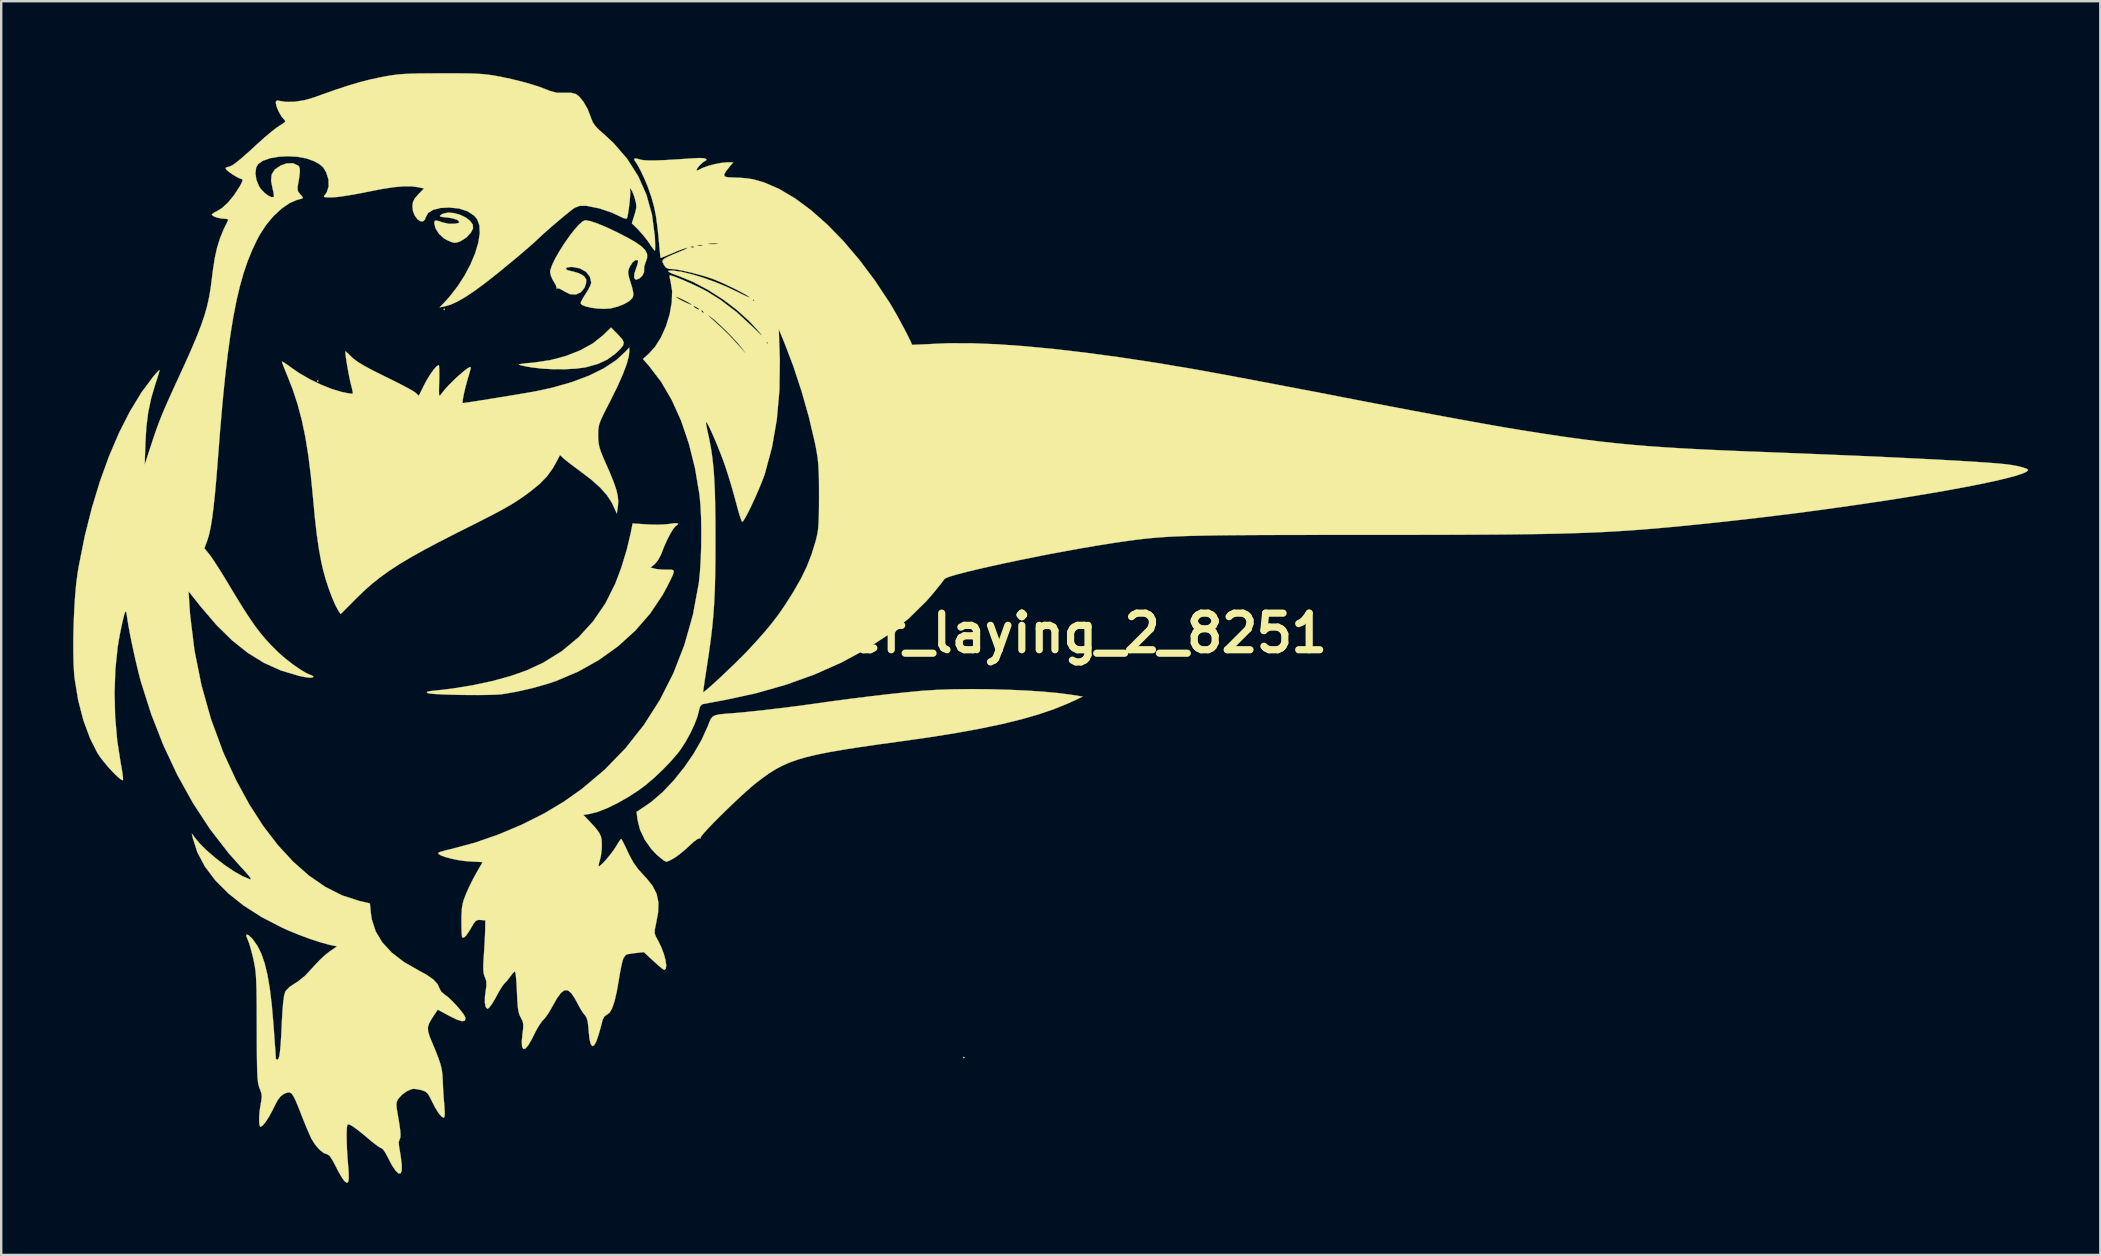
<source format=kicad_pcb>
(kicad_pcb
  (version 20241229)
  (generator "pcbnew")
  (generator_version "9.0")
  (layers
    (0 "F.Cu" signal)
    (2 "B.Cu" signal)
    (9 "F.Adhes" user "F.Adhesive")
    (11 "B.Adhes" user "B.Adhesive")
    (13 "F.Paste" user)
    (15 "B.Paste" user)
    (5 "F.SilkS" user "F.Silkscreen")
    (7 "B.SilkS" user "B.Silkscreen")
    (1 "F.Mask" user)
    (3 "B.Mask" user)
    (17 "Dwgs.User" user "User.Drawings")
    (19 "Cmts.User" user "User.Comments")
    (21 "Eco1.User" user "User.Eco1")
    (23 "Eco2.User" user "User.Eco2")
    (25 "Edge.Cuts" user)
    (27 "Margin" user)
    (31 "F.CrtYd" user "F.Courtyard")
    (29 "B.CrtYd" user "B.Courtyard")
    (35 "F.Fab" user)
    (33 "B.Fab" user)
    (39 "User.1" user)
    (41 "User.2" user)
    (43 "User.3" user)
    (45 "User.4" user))
  (footprint "otter_laying_2_8251"
    (layer "F.Cu")
    (at 7.166 23.336)
    (property "Reference" "otter_laying_2_8251" (at 33.6 0 0) (layer "F.SilkS") (effects (font (size 1.524 1.524) (thickness 0.3))))
    (attr through_hole)
    (fp_poly (pts (xy 2.993 -10.509) (xy 3.025 -10.477) (xy 3.057 -10.509) (xy 3.025 -10.541) (xy 2.993 -10.509)) (stroke (width 0.01) (type solid)) (fill yes) (layer "F.SilkS"))
    (fp_poly (pts (xy 8.264 -13.494) (xy 8.295 -13.462) (xy 8.327 -13.494) (xy 8.295 -13.525) (xy 8.264 -13.494)) (stroke (width 0.01) (type solid)) (fill yes) (layer "F.SilkS"))
    (fp_poly (pts (xy 29.917 17.685) (xy 29.949 17.716) (xy 29.98 17.685) (xy 29.949 17.653) (xy 29.917 17.685)) (stroke (width 0.01) (type solid)) (fill yes) (layer "F.SilkS"))
    (fp_poly (pts (xy 14.905 -12.406) (xy 14.485 -12.074) (xy 13.965 -11.787) (xy 13.368 -11.552) (xy 12.716 -11.379) (xy 12.031 -11.276) (xy 11.928 -11.267) (xy 11.684 -11.245) (xy 11.502 -11.221) (xy 11.408 -11.2) (xy 11.402 -11.192) (xy 11.475 -11.167) (xy 11.643 -11.13) (xy 11.873 -11.088) (xy 11.96 -11.074) (xy 12.386 -11.024) (xy 12.862 -10.999) (xy 13.347 -11) (xy 13.798 -11.026) (xy 14.173 -11.076) (xy 14.221 -11.086) (xy 14.698 -11.22) (xy 15.084 -11.398) (xy 15.411 -11.635) (xy 15.434 -11.655) (xy 15.642 -11.852) (xy 15.754 -11.998) (xy 15.776 -12.122) (xy 15.71 -12.252) (xy 15.561 -12.419) (xy 15.54 -12.44) (xy 15.247 -12.738) (xy 14.905 -12.406)) (stroke (width 0.01) (type solid)) (fill yes) (layer "F.SilkS"))
    (fp_poly (pts (xy 8.25 -17.484) (xy 8.169 -17.44) (xy 8.116 -17.39) (xy 8.137 -17.359) (xy 8.252 -17.338) (xy 8.415 -17.323) (xy 8.638 -17.289) (xy 8.811 -17.235) (xy 8.875 -17.196) (xy 8.924 -17.131) (xy 8.888 -17.093) (xy 8.746 -17.063) (xy 8.737 -17.062) (xy 8.485 -17.061) (xy 8.24 -17.115) (xy 8.042 -17.181) (xy 7.935 -17.199) (xy 7.891 -17.166) (xy 7.883 -17.08) (xy 7.883 -17.073) (xy 7.936 -16.863) (xy 8.077 -16.645) (xy 8.275 -16.46) (xy 8.416 -16.377) (xy 8.607 -16.296) (xy 8.735 -16.267) (xy 8.855 -16.289) (xy 8.994 -16.346) (xy 9.221 -16.491) (xy 9.406 -16.69) (xy 9.496 -16.865) (xy 9.485 -17.027) (xy 9.374 -17.183) (xy 9.19 -17.323) (xy 8.959 -17.434) (xy 8.707 -17.506) (xy 8.462 -17.527) (xy 8.25 -17.484)) (stroke (width 0.01) (type solid)) (fill yes) (layer "F.SilkS"))
    (fp_poly (pts (xy 17.836 -4.576) (xy 17.709 -4.556) (xy 17.492 -4.532) (xy 17.2 -4.522) (xy 16.883 -4.527) (xy 16.761 -4.533) (xy 16.147 -4.572) (xy 16.075 -4.207) (xy 15.902 -3.476) (xy 15.675 -2.73) (xy 15.424 -2.064) (xy 15.012 -1.24) (xy 14.5 -0.493) (xy 13.895 0.17) (xy 13.201 0.746) (xy 12.424 1.229) (xy 11.742 1.547) (xy 11.072 1.783) (xy 10.306 1.994) (xy 9.475 2.172) (xy 8.609 2.312) (xy 7.954 2.387) (xy 7.716 2.414) (xy 7.592 2.442) (xy 7.571 2.473) (xy 7.596 2.493) (xy 7.698 2.515) (xy 7.904 2.534) (xy 8.193 2.55) (xy 8.542 2.563) (xy 8.929 2.572) (xy 9.331 2.577) (xy 9.727 2.578) (xy 10.094 2.573) (xy 10.409 2.564) (xy 10.651 2.549) (xy 10.736 2.539) (xy 11.323 2.437) (xy 11.952 2.293) (xy 12.56 2.123) (xy 12.945 1.996) (xy 13.877 1.601) (xy 14.747 1.113) (xy 15.544 0.541) (xy 16.258 -0.107) (xy 16.878 -0.82) (xy 17.395 -1.591) (xy 17.577 -1.927) (xy 17.727 -2.226) (xy 17.822 -2.429) (xy 17.862 -2.554) (xy 17.846 -2.62) (xy 17.775 -2.645) (xy 17.649 -2.648) (xy 17.578 -2.646) (xy 17.348 -2.652) (xy 17.142 -2.673) (xy 17.071 -2.687) (xy 16.894 -2.734) (xy 17.072 -2.884) (xy 17.197 -3.033) (xy 17.317 -3.247) (xy 17.369 -3.374) (xy 17.476 -3.649) (xy 17.601 -3.922) (xy 17.729 -4.167) (xy 17.846 -4.356) (xy 17.937 -4.461) (xy 17.954 -4.47) (xy 18.034 -4.533) (xy 18.043 -4.561) (xy 17.986 -4.584) (xy 17.836 -4.576)) (stroke (width 0.01) (type solid)) (fill yes) (layer "F.SilkS"))
    (fp_poly (pts (xy 29.524 2.338) (xy 28.835 2.361) (xy 28.227 2.399) (xy 28.171 2.404) (xy 27.518 2.467) (xy 26.779 2.546) (xy 25.992 2.638) (xy 25.197 2.737) (xy 24.433 2.839) (xy 24.085 2.889) (xy 23.503 2.97) (xy 22.892 3.051) (xy 22.278 3.128) (xy 21.687 3.198) (xy 21.145 3.258) (xy 20.68 3.305) (xy 20.36 3.332) (xy 20.008 3.359) (xy 19.76 3.385) (xy 19.592 3.421) (xy 19.482 3.479) (xy 19.407 3.571) (xy 19.344 3.707) (xy 19.281 3.873) (xy 19.024 4.44) (xy 18.687 5.026) (xy 18.29 5.602) (xy 17.853 6.144) (xy 17.397 6.625) (xy 16.941 7.018) (xy 16.766 7.143) (xy 16.312 7.448) (xy 16.351 7.772) (xy 16.454 8.186) (xy 16.654 8.609) (xy 16.932 9.002) (xy 17.117 9.197) (xy 17.296 9.356) (xy 17.447 9.472) (xy 17.543 9.524) (xy 17.55 9.525) (xy 17.65 9.493) (xy 17.811 9.41) (xy 17.919 9.345) (xy 18.114 9.204) (xy 18.343 9.014) (xy 18.537 8.835) (xy 18.712 8.677) (xy 18.855 8.575) (xy 18.939 8.546) (xy 18.944 8.548) (xy 18.985 8.553) (xy 18.975 8.528) (xy 19.006 8.465) (xy 19.116 8.33) (xy 19.291 8.138) (xy 19.518 7.901) (xy 19.783 7.635) (xy 20.07 7.353) (xy 20.366 7.068) (xy 20.657 6.796) (xy 20.929 6.55) (xy 21.167 6.343) (xy 21.291 6.242) (xy 21.571 6.027) (xy 21.839 5.837) (xy 22.106 5.671) (xy 22.384 5.523) (xy 22.684 5.391) (xy 23.017 5.272) (xy 23.395 5.163) (xy 23.83 5.059) (xy 24.333 4.958) (xy 24.916 4.857) (xy 25.589 4.752) (xy 26.366 4.639) (xy 27.256 4.517) (xy 27.314 4.509) (xy 28.538 4.334) (xy 29.644 4.157) (xy 30.64 3.975) (xy 31.535 3.788) (xy 32.336 3.592) (xy 33.053 3.387) (xy 33.694 3.169) (xy 34.267 2.938) (xy 34.457 2.852) (xy 34.902 2.643) (xy 34.413 2.565) (xy 33.888 2.496) (xy 33.262 2.438) (xy 32.561 2.391) (xy 31.81 2.358) (xy 31.037 2.337) (xy 30.266 2.33) (xy 29.524 2.338)) (stroke (width 0.01) (type solid)) (fill yes) (layer "F.SilkS"))
    (fp_poly (pts (xy 14.055 -17.155) (xy 13.895 -17.01) (xy 13.705 -16.793) (xy 13.499 -16.525) (xy 13.291 -16.226) (xy 13.096 -15.918) (xy 12.926 -15.621) (xy 12.797 -15.356) (xy 12.722 -15.143) (xy 12.709 -15.049) (xy 12.744 -14.886) (xy 12.832 -14.697) (xy 12.862 -14.651) (xy 12.947 -14.503) (xy 12.979 -14.398) (xy 12.973 -14.378) (xy 12.974 -14.358) (xy 13.001 -14.37) (xy 13.091 -14.361) (xy 13.232 -14.289) (xy 13.283 -14.254) (xy 13.539 -14.126) (xy 13.783 -14.113) (xy 13.992 -14.208) (xy 14.146 -14.401) (xy 14.206 -14.583) (xy 14.213 -14.74) (xy 14.138 -14.857) (xy 14.081 -14.906) (xy 13.913 -14.996) (xy 13.695 -15.065) (xy 13.626 -15.078) (xy 13.433 -15.128) (xy 13.361 -15.187) (xy 13.409 -15.237) (xy 13.572 -15.261) (xy 13.651 -15.26) (xy 13.959 -15.199) (xy 14.203 -15.059) (xy 14.365 -14.856) (xy 14.423 -14.608) (xy 14.389 -14.495) (xy 14.301 -14.321) (xy 14.201 -14.161) (xy 14.084 -13.974) (xy 14.003 -13.823) (xy 13.979 -13.748) (xy 14.037 -13.679) (xy 14.192 -13.616) (xy 14.415 -13.564) (xy 14.673 -13.529) (xy 14.939 -13.515) (xy 15.181 -13.528) (xy 15.231 -13.535) (xy 15.525 -13.609) (xy 15.798 -13.718) (xy 16.014 -13.844) (xy 16.139 -13.972) (xy 16.14 -13.975) (xy 16.174 -14.072) (xy 16.172 -14.196) (xy 16.131 -14.381) (xy 16.07 -14.585) (xy 15.998 -14.825) (xy 15.963 -14.982) (xy 15.964 -15.095) (xy 15.998 -15.202) (xy 16.031 -15.274) (xy 16.139 -15.446) (xy 16.256 -15.544) (xy 16.355 -15.548) (xy 16.37 -15.536) (xy 16.372 -15.46) (xy 16.331 -15.313) (xy 16.304 -15.241) (xy 16.221 -14.985) (xy 16.209 -14.814) (xy 16.268 -14.736) (xy 16.296 -14.732) (xy 16.433 -14.783) (xy 16.556 -14.905) (xy 16.624 -15.051) (xy 16.624 -15.126) (xy 16.628 -15.267) (xy 16.682 -15.444) (xy 16.69 -15.462) (xy 16.751 -15.637) (xy 16.751 -15.797) (xy 16.68 -15.95) (xy 16.528 -16.108) (xy 16.286 -16.281) (xy 15.943 -16.478) (xy 15.519 -16.697) (xy 15.069 -16.91) (xy 14.688 -17.07) (xy 14.387 -17.171) (xy 14.181 -17.208) (xy 14.172 -17.209) (xy 14.055 -17.155)) (stroke (width 0.01) (type solid)) (fill yes) (layer "F.SilkS"))
    (fp_poly (pts (xy 15.865 -11.748) (xy 15.465 -11.378) (xy 14.949 -11.038) (xy 14.326 -10.73) (xy 13.605 -10.459) (xy 12.796 -10.229) (xy 12.169 -10.092) (xy 11.979 -10.057) (xy 11.707 -10.01) (xy 11.373 -9.953) (xy 11 -9.891) (xy 10.608 -9.827) (xy 10.218 -9.764) (xy 9.853 -9.705) (xy 9.534 -9.655) (xy 9.281 -9.617) (xy 9.117 -9.594) (xy 9.066 -9.588) (xy 9.059 -9.645) (xy 9.08 -9.795) (xy 9.123 -10.011) (xy 9.183 -10.264) (xy 9.253 -10.525) (xy 9.279 -10.614) (xy 9.343 -10.831) (xy 9.388 -10.997) (xy 9.406 -11.077) (xy 9.406 -11.078) (xy 9.366 -11.09) (xy 9.256 -11.027) (xy 9.097 -10.904) (xy 8.905 -10.74) (xy 8.7 -10.55) (xy 8.5 -10.351) (xy 8.324 -10.16) (xy 8.191 -9.993) (xy 8.174 -9.97) (xy 8.127 -9.906) (xy 8.097 -9.893) (xy 8.081 -9.948) (xy 8.077 -10.087) (xy 8.081 -10.328) (xy 8.086 -10.494) (xy 8.09 -10.771) (xy 8.088 -10.994) (xy 8.08 -11.137) (xy 8.069 -11.176) (xy 7.98 -11.123) (xy 7.852 -10.979) (xy 7.704 -10.77) (xy 7.552 -10.518) (xy 7.469 -10.361) (xy 7.236 -9.894) (xy 7.099 -10.022) (xy 7 -10.089) (xy 6.807 -10.199) (xy 6.539 -10.341) (xy 6.218 -10.505) (xy 5.863 -10.68) (xy 5.836 -10.693) (xy 5.361 -10.928) (xy 4.993 -11.124) (xy 4.719 -11.288) (xy 4.527 -11.427) (xy 4.455 -11.492) (xy 4.313 -11.631) (xy 4.212 -11.723) (xy 4.179 -11.748) (xy 4.175 -11.69) (xy 4.192 -11.537) (xy 4.224 -11.319) (xy 4.267 -11.063) (xy 4.315 -10.799) (xy 4.364 -10.557) (xy 4.409 -10.364) (xy 4.421 -10.321) (xy 4.467 -10.138) (xy 4.488 -10.012) (xy 4.485 -9.98) (xy 4.415 -9.981) (xy 4.255 -10.006) (xy 4.037 -10.05) (xy 4.008 -10.056) (xy 3.606 -10.177) (xy 3.15 -10.361) (xy 2.683 -10.589) (xy 2.248 -10.841) (xy 1.951 -11.045) (xy 1.76 -11.184) (xy 1.615 -11.28) (xy 1.539 -11.318) (xy 1.532 -11.314) (xy 1.556 -11.238) (xy 1.618 -11.075) (xy 1.707 -10.854) (xy 1.75 -10.751) (xy 1.985 -10.152) (xy 2.186 -9.539) (xy 2.358 -8.892) (xy 2.505 -8.193) (xy 2.63 -7.423) (xy 2.738 -6.565) (xy 2.833 -5.6) (xy 2.837 -5.556) (xy 2.911 -4.767) (xy 2.989 -4.088) (xy 3.074 -3.502) (xy 3.168 -2.99) (xy 3.25 -2.63) (xy 3.352 -2.261) (xy 3.477 -1.877) (xy 3.612 -1.512) (xy 3.744 -1.202) (xy 3.859 -0.981) (xy 3.86 -0.98) (xy 3.977 -0.794) (xy 4.644 -1.463) (xy 4.961 -1.769) (xy 5.283 -2.054) (xy 5.625 -2.327) (xy 5.998 -2.596) (xy 6.415 -2.869) (xy 6.891 -3.154) (xy 7.438 -3.46) (xy 8.068 -3.795) (xy 8.795 -4.167) (xy 9.216 -4.378) (xy 9.765 -4.654) (xy 10.216 -4.884) (xy 10.588 -5.08) (xy 10.898 -5.252) (xy 11.163 -5.408) (xy 11.4 -5.56) (xy 11.628 -5.717) (xy 11.864 -5.889) (xy 11.867 -5.891) (xy 12.27 -6.218) (xy 12.581 -6.538) (xy 12.827 -6.882) (xy 12.941 -7.084) (xy 13.12 -7.424) (xy 13.279 -7.276) (xy 13.401 -7.174) (xy 13.594 -7.024) (xy 13.825 -6.851) (xy 13.947 -6.762) (xy 14.424 -6.398) (xy 14.795 -6.067) (xy 15.073 -5.756) (xy 15.27 -5.454) (xy 15.313 -5.366) (xy 15.49 -4.985) (xy 15.532 -5.271) (xy 15.548 -5.485) (xy 15.528 -5.714) (xy 15.467 -5.977) (xy 15.358 -6.296) (xy 15.197 -6.693) (xy 15.077 -6.966) (xy 14.929 -7.301) (xy 14.828 -7.551) (xy 14.764 -7.746) (xy 14.729 -7.915) (xy 14.714 -8.089) (xy 14.711 -8.238) (xy 14.712 -8.406) (xy 14.722 -8.547) (xy 14.75 -8.682) (xy 14.802 -8.836) (xy 14.888 -9.031) (xy 15.015 -9.289) (xy 15.192 -9.633) (xy 15.226 -9.698) (xy 15.514 -10.281) (xy 15.739 -10.788) (xy 15.898 -11.211) (xy 15.988 -11.545) (xy 16.008 -11.738) (xy 16.006 -11.906) (xy 15.865 -11.748)) (stroke (width 0.01) (type solid)) (fill yes) (layer "F.SilkS"))
    (fp_poly (pts (xy 8.168 -23.33) (xy 7.64 -23.328) (xy 7.216 -23.323) (xy 6.875 -23.315) (xy 6.595 -23.301) (xy 6.352 -23.281) (xy 6.125 -23.252) (xy 5.891 -23.213) (xy 5.629 -23.164) (xy 5.621 -23.162) (xy 5.214 -23.074) (xy 4.795 -22.967) (xy 4.342 -22.834) (xy 3.833 -22.668) (xy 3.243 -22.461) (xy 2.869 -22.325) (xy 2.47 -22.21) (xy 2.065 -22.146) (xy 1.696 -22.14) (xy 1.453 -22.179) (xy 1.328 -22.2) (xy 1.283 -22.155) (xy 1.278 -22.097) (xy 1.314 -21.934) (xy 1.402 -21.727) (xy 1.516 -21.531) (xy 1.625 -21.402) (xy 1.672 -21.345) (xy 1.648 -21.289) (xy 1.536 -21.209) (xy 1.439 -21.152) (xy 1.285 -21.046) (xy 1.066 -20.874) (xy 0.81 -20.659) (xy 0.545 -20.422) (xy 0.501 -20.381) (xy 0.133 -20.043) (xy -0.157 -19.788) (xy -0.379 -19.608) (xy -0.543 -19.494) (xy -0.661 -19.439) (xy -0.712 -19.431) (xy -0.803 -19.399) (xy -0.817 -19.366) (xy -0.767 -19.298) (xy -0.64 -19.197) (xy -0.474 -19.085) (xy -0.307 -18.989) (xy -0.174 -18.93) (xy -0.135 -18.923) (xy -0.105 -18.883) (xy -0.151 -18.756) (xy -0.223 -18.621) (xy -0.46 -18.256) (xy -0.714 -17.947) (xy -0.963 -17.716) (xy -1.135 -17.609) (xy -1.288 -17.529) (xy -1.378 -17.462) (xy -1.387 -17.445) (xy -1.333 -17.384) (xy -1.194 -17.325) (xy -1.014 -17.284) (xy -0.871 -17.272) (xy -0.745 -17.259) (xy -0.703 -17.226) (xy -0.704 -17.224) (xy -0.899 -16.821) (xy -1.051 -16.447) (xy -1.169 -16.067) (xy -1.262 -15.649) (xy -1.339 -15.161) (xy -1.389 -14.764) (xy -1.44 -14.363) (xy -1.504 -13.989) (xy -1.586 -13.624) (xy -1.692 -13.25) (xy -1.828 -12.849) (xy -1.999 -12.404) (xy -2.212 -11.897) (xy -2.472 -11.31) (xy -2.737 -10.732) (xy -2.982 -10.2) (xy -3.181 -9.761) (xy -3.344 -9.391) (xy -3.48 -9.067) (xy -3.598 -8.767) (xy -3.708 -8.468) (xy -3.818 -8.147) (xy -3.938 -7.782) (xy -3.939 -7.779) (xy -4.187 -7.017) (xy -4.157 -7.906) (xy -4.117 -8.594) (xy -4.04 -9.204) (xy -3.92 -9.778) (xy -3.749 -10.361) (xy -3.739 -10.389) (xy -3.66 -10.634) (xy -3.601 -10.828) (xy -3.571 -10.945) (xy -3.57 -10.965) (xy -3.616 -10.93) (xy -3.717 -10.822) (xy -3.822 -10.701) (xy -4.323 -10.029) (xy -4.801 -9.243) (xy -5.252 -8.356) (xy -5.67 -7.38) (xy -6.052 -6.327) (xy -6.391 -5.209) (xy -6.685 -4.038) (xy -6.927 -2.827) (xy -6.983 -2.499) (xy -7.038 -2.078) (xy -7.084 -1.57) (xy -7.12 -1.001) (xy -7.146 -0.403) (xy -7.16 0.198) (xy -7.161 0.771) (xy -7.15 1.29) (xy -7.124 1.724) (xy -7.107 1.888) (xy -6.959 2.789) (xy -6.742 3.628) (xy -6.462 4.385) (xy -6.162 4.982) (xy -6.039 5.167) (xy -5.877 5.377) (xy -5.695 5.592) (xy -5.509 5.793) (xy -5.337 5.963) (xy -5.199 6.081) (xy -5.11 6.129) (xy -5.089 6.118) (xy -5.091 6.028) (xy -5.113 5.843) (xy -5.153 5.593) (xy -5.191 5.387) (xy -5.334 4.451) (xy -5.418 3.469) (xy -5.443 2.474) (xy -5.408 1.502) (xy -5.314 0.588) (xy -5.237 0.127) (xy -5.173 -0.19) (xy -5.112 -0.474) (xy -5.06 -0.695) (xy -5.024 -0.822) (xy -5.023 -0.826) (xy -4.986 -0.902) (xy -4.961 -0.894) (xy -4.936 -0.785) (xy -4.915 -0.635) (xy -4.869 -0.344) (xy -4.799 0.037) (xy -4.71 0.473) (xy -4.611 0.931) (xy -4.508 1.377) (xy -4.409 1.778) (xy -4.343 2.026) (xy -3.917 3.367) (xy -3.409 4.666) (xy -2.825 5.909) (xy -2.173 7.081) (xy -1.461 8.169) (xy -0.695 9.159) (xy -0.207 9.708) (xy 0.026 9.961) (xy 0.172 10.132) (xy 0.236 10.23) (xy 0.223 10.261) (xy 0.197 10.256) (xy -0.109 10.127) (xy -0.47 9.922) (xy -0.858 9.66) (xy -1.246 9.362) (xy -1.607 9.05) (xy -1.913 8.743) (xy -2.08 8.541) (xy -2.223 8.35) (xy -2.185 8.527) (xy -1.991 9.134) (xy -1.676 9.725) (xy -1.246 10.296) (xy -0.705 10.84) (xy -0.059 11.354) (xy 0.686 11.83) (xy 1.526 12.265) (xy 1.773 12.377) (xy 2.216 12.56) (xy 2.672 12.73) (xy 3.103 12.873) (xy 3.474 12.976) (xy 3.588 13.001) (xy 3.833 13.051) (xy 3.509 13.272) (xy 3.316 13.426) (xy 3.086 13.642) (xy 2.862 13.88) (xy 2.799 13.952) (xy 2.489 14.282) (xy 2.194 14.521) (xy 2.085 14.587) (xy 1.847 14.744) (xy 1.69 14.91) (xy 1.666 14.953) (xy 1.622 15.112) (xy 1.584 15.395) (xy 1.551 15.804) (xy 1.525 16.286) (xy 1.502 16.779) (xy 1.478 17.158) (xy 1.452 17.435) (xy 1.424 17.622) (xy 1.39 17.732) (xy 1.35 17.777) (xy 1.335 17.78) (xy 1.28 17.732) (xy 1.278 17.717) (xy 1.274 17.638) (xy 1.262 17.451) (xy 1.242 17.177) (xy 1.218 16.835) (xy 1.19 16.444) (xy 1.179 16.304) (xy 1.111 15.506) (xy 1.029 14.824) (xy 0.931 14.246) (xy 0.814 13.762) (xy 0.676 13.361) (xy 0.513 13.033) (xy 0.324 12.766) (xy 0.281 12.716) (xy 0.141 12.586) (xy 0.06 12.556) (xy 0.048 12.623) (xy 0.108 12.771) (xy 0.162 12.911) (xy 0.231 13.139) (xy 0.304 13.415) (xy 0.341 13.573) (xy 0.378 13.746) (xy 0.408 13.913) (xy 0.432 14.087) (xy 0.45 14.287) (xy 0.463 14.527) (xy 0.472 14.823) (xy 0.478 15.193) (xy 0.482 15.651) (xy 0.484 16.215) (xy 0.485 16.447) (xy 0.486 17.049) (xy 0.489 17.538) (xy 0.494 17.928) (xy 0.501 18.232) (xy 0.512 18.465) (xy 0.526 18.64) (xy 0.545 18.77) (xy 0.569 18.871) (xy 0.598 18.955) (xy 0.606 18.974) (xy 0.673 19.156) (xy 0.692 19.316) (xy 0.668 19.516) (xy 0.652 19.603) (xy 0.609 19.868) (xy 0.587 20.126) (xy 0.583 20.35) (xy 0.6 20.509) (xy 0.637 20.574) (xy 0.64 20.574) (xy 0.729 20.519) (xy 0.853 20.368) (xy 0.999 20.141) (xy 1.152 19.859) (xy 1.215 19.728) (xy 1.346 19.476) (xy 1.465 19.314) (xy 1.595 19.213) (xy 1.636 19.192) (xy 1.753 19.144) (xy 1.847 19.136) (xy 1.93 19.181) (xy 2.014 19.295) (xy 2.11 19.491) (xy 2.231 19.784) (xy 2.322 20.018) (xy 2.449 20.339) (xy 2.576 20.648) (xy 2.689 20.908) (xy 2.766 21.074) (xy 2.915 21.313) (xy 3.092 21.517) (xy 3.27 21.661) (xy 3.423 21.717) (xy 3.426 21.717) (xy 3.516 21.777) (xy 3.638 21.957) (xy 3.777 22.221) (xy 3.902 22.463) (xy 4.022 22.67) (xy 4.117 22.807) (xy 4.141 22.832) (xy 4.232 22.905) (xy 4.277 22.888) (xy 4.302 22.832) (xy 4.317 22.717) (xy 4.316 22.518) (xy 4.3 22.278) (xy 4.299 22.268) (xy 4.266 21.877) (xy 4.243 21.496) (xy 4.231 21.146) (xy 4.229 20.848) (xy 4.238 20.623) (xy 4.259 20.494) (xy 4.272 20.473) (xy 4.34 20.475) (xy 4.464 20.539) (xy 4.652 20.672) (xy 4.914 20.88) (xy 5.211 21.13) (xy 5.404 21.285) (xy 5.566 21.402) (xy 5.669 21.46) (xy 5.683 21.463) (xy 5.75 21.516) (xy 5.845 21.655) (xy 5.943 21.838) (xy 6.116 22.17) (xy 6.265 22.394) (xy 6.385 22.511) (xy 6.472 22.516) (xy 6.521 22.41) (xy 6.527 22.189) (xy 6.517 22.075) (xy 6.484 21.815) (xy 6.444 21.562) (xy 6.42 21.433) (xy 6.398 21.214) (xy 6.434 21.099) (xy 6.466 21.027) (xy 6.475 20.901) (xy 6.46 20.704) (xy 6.42 20.419) (xy 6.353 20.027) (xy 6.353 20.025) (xy 6.313 19.782) (xy 6.302 19.624) (xy 6.322 19.514) (xy 6.375 19.414) (xy 6.382 19.403) (xy 6.533 19.235) (xy 6.733 19.091) (xy 6.933 19.002) (xy 7.025 18.987) (xy 7.172 19.004) (xy 7.36 19.045) (xy 7.377 19.05) (xy 7.512 19.103) (xy 7.614 19.194) (xy 7.711 19.356) (xy 7.771 19.482) (xy 7.92 19.775) (xy 8.064 20.003) (xy 8.191 20.149) (xy 8.278 20.193) (xy 8.31 20.142) (xy 8.318 19.984) (xy 8.302 19.711) (xy 8.296 19.637) (xy 8.27 19.311) (xy 8.248 18.965) (xy 8.235 18.668) (xy 8.234 18.637) (xy 8.221 18.401) (xy 8.194 18.189) (xy 8.142 17.972) (xy 8.059 17.721) (xy 7.937 17.407) (xy 7.81 17.104) (xy 7.69 16.811) (xy 7.625 16.597) (xy 7.615 16.428) (xy 7.662 16.266) (xy 7.768 16.078) (xy 7.856 15.942) (xy 8.025 15.687) (xy 8.512 15.951) (xy 8.82 16.102) (xy 9.033 16.169) (xy 9.154 16.152) (xy 9.181 16.052) (xy 9.173 16.01) (xy 9.108 15.889) (xy 8.976 15.714) (xy 8.803 15.513) (xy 8.616 15.317) (xy 8.443 15.155) (xy 8.309 15.057) (xy 8.309 15.057) (xy 8.176 14.945) (xy 8.111 14.829) (xy 8.019 14.625) (xy 7.841 14.432) (xy 7.563 14.237) (xy 7.257 14.07) (xy 6.623 13.707) (xy 6.111 13.314) (xy 5.717 12.889) (xy 5.44 12.429) (xy 5.277 11.929) (xy 5.236 11.654) (xy 5.199 11.262) (xy 4.748 11.156) (xy 4.038 10.926) (xy 3.341 10.574) (xy 2.659 10.104) (xy 1.997 9.521) (xy 1.36 8.829) (xy 0.75 8.033) (xy 0.173 7.137) (xy -0.368 6.147) (xy -0.869 5.066) (xy -0.931 4.919) (xy -1.426 3.575) (xy -1.821 2.169) (xy -2.111 0.725) (xy -2.291 -0.734) (xy -2.319 -1.111) (xy -2.359 -1.746) (xy -1.847 -1.102) (xy -1.197 -0.342) (xy -0.547 0.297) (xy 0.112 0.822) (xy 0.791 1.24) (xy 1.498 1.557) (xy 2.244 1.779) (xy 2.511 1.834) (xy 2.692 1.855) (xy 2.811 1.845) (xy 2.849 1.812) (xy 2.786 1.765) (xy 2.724 1.742) (xy 2.528 1.653) (xy 2.269 1.496) (xy 1.976 1.291) (xy 1.678 1.06) (xy 1.404 0.821) (xy 1.336 0.757) (xy 1.079 0.499) (xy 0.846 0.246) (xy 0.624 -0.02) (xy 0.4 -0.316) (xy 0.164 -0.659) (xy -0.099 -1.065) (xy -0.399 -1.552) (xy -0.688 -2.032) (xy -0.893 -2.371) (xy -1.092 -2.69) (xy -1.271 -2.967) (xy -1.412 -3.177) (xy -1.487 -3.277) (xy -1.7 -3.539) (xy -1.583 -3.849) (xy -1.512 -4.075) (xy -1.445 -4.372) (xy -1.382 -4.75) (xy -1.321 -5.217) (xy -1.261 -5.784) (xy -1.2 -6.458) (xy -1.137 -7.25) (xy -1.136 -7.271) (xy -1.038 -8.524) (xy -0.939 -9.659) (xy -0.836 -10.685) (xy -0.728 -11.609) (xy -0.614 -12.441) (xy -0.492 -13.189) (xy -0.361 -13.861) (xy -0.218 -14.468) (xy -0.062 -15.016) (xy 0.108 -15.515) (xy 0.295 -15.973) (xy 0.499 -16.4) (xy 0.62 -16.624) (xy 0.88 -17.022) (xy 1.186 -17.385) (xy 1.517 -17.692) (xy 1.852 -17.923) (xy 2.167 -18.06) (xy 2.23 -18.075) (xy 2.374 -18.11) (xy 2.407 -18.155) (xy 2.338 -18.244) (xy 2.287 -18.295) (xy 2.198 -18.419) (xy 2.183 -18.567) (xy 2.196 -18.66) (xy 2.253 -18.989) (xy 2.279 -19.217) (xy 2.275 -19.364) (xy 2.242 -19.453) (xy 2.216 -19.481) (xy 1.996 -19.584) (xy 1.728 -19.577) (xy 1.469 -19.482) (xy 1.234 -19.32) (xy 1.106 -19.119) (xy 1.079 -18.861) (xy 1.137 -18.559) (xy 1.183 -18.366) (xy 1.199 -18.225) (xy 1.19 -18.178) (xy 1.1 -18.168) (xy 0.96 -18.235) (xy 0.802 -18.355) (xy 0.657 -18.507) (xy 0.579 -18.621) (xy 0.469 -18.891) (xy 0.428 -19.164) (xy 0.459 -19.403) (xy 0.535 -19.543) (xy 0.738 -19.687) (xy 1.033 -19.791) (xy 1.392 -19.854) (xy 1.784 -19.875) (xy 2.182 -19.852) (xy 2.556 -19.783) (xy 2.877 -19.667) (xy 3.103 -19.541) (xy 3.25 -19.411) (xy 3.36 -19.237) (xy 3.377 -19.202) (xy 3.472 -18.905) (xy 3.479 -18.614) (xy 3.399 -18.367) (xy 3.338 -18.283) (xy 3.284 -18.216) (xy 3.29 -18.18) (xy 3.376 -18.164) (xy 3.565 -18.161) (xy 3.617 -18.161) (xy 3.813 -18.174) (xy 4.101 -18.212) (xy 4.452 -18.268) (xy 4.833 -18.338) (xy 5.071 -18.386) (xy 5.68 -18.506) (xy 6.185 -18.584) (xy 6.6 -18.622) (xy 6.941 -18.62) (xy 7.208 -18.585) (xy 7.455 -18.533) (xy 7.216 -18.289) (xy 7.063 -18.11) (xy 6.99 -17.95) (xy 6.971 -17.788) (xy 6.996 -17.579) (xy 7.072 -17.396) (xy 7.178 -17.254) (xy 7.296 -17.169) (xy 7.407 -17.158) (xy 7.492 -17.236) (xy 7.521 -17.323) (xy 7.621 -17.509) (xy 7.83 -17.641) (xy 8.144 -17.719) (xy 8.492 -17.739) (xy 8.913 -17.697) (xy 9.272 -17.58) (xy 9.547 -17.396) (xy 9.671 -17.247) (xy 9.764 -16.989) (xy 9.777 -16.656) (xy 9.714 -16.264) (xy 9.584 -15.831) (xy 9.392 -15.372) (xy 9.145 -14.905) (xy 8.849 -14.447) (xy 8.511 -14.014) (xy 8.337 -13.82) (xy 8.105 -13.576) (xy 8.327 -13.622) (xy 8.568 -13.693) (xy 8.845 -13.819) (xy 9.168 -14.004) (xy 9.544 -14.254) (xy 9.981 -14.575) (xy 10.487 -14.972) (xy 11.071 -15.451) (xy 11.375 -15.705) (xy 11.616 -15.91) (xy 11.829 -16.093) (xy 11.991 -16.234) (xy 12.078 -16.314) (xy 12.079 -16.315) (xy 12.25 -16.477) (xy 12.475 -16.681) (xy 12.732 -16.908) (xy 13.001 -17.139) (xy 13.259 -17.356) (xy 13.484 -17.54) (xy 13.656 -17.674) (xy 13.743 -17.733) (xy 13.956 -17.81) (xy 14.207 -17.811) (xy 14.232 -17.808) (xy 14.771 -17.699) (xy 15.284 -17.525) (xy 15.554 -17.398) (xy 15.771 -17.295) (xy 15.89 -17.272) (xy 15.914 -17.292) (xy 15.95 -17.449) (xy 15.985 -17.67) (xy 16.016 -17.919) (xy 16.038 -18.158) (xy 16.049 -18.354) (xy 16.044 -18.47) (xy 16.039 -18.483) (xy 16.027 -18.532) (xy 16.063 -18.517) (xy 16.12 -18.435) (xy 16.189 -18.271) (xy 16.236 -18.128) (xy 16.29 -17.918) (xy 16.303 -17.761) (xy 16.273 -17.594) (xy 16.225 -17.432) (xy 16.114 -17.08) (xy 16.379 -16.818) (xy 16.573 -16.603) (xy 16.766 -16.358) (xy 16.842 -16.247) (xy 16.954 -16.081) (xy 17.04 -15.969) (xy 17.074 -15.938) (xy 17.085 -15.997) (xy 17.087 -16.156) (xy 17.079 -16.386) (xy 17.069 -16.558) (xy 16.953 -17.443) (xy 16.721 -18.275) (xy 16.376 -19.051) (xy 15.919 -19.769) (xy 15.351 -20.425) (xy 14.98 -20.769) (xy 14.748 -20.974) (xy 14.594 -21.134) (xy 14.494 -21.279) (xy 14.423 -21.441) (xy 14.395 -21.527) (xy 14.265 -21.854) (xy 14.099 -22.144) (xy 13.918 -22.365) (xy 13.785 -22.466) (xy 13.591 -22.518) (xy 13.315 -22.52) (xy 13.291 -22.518) (xy 12.989 -22.519) (xy 12.713 -22.593) (xy 12.656 -22.617) (xy 12.229 -22.779) (xy 11.707 -22.939) (xy 11.122 -23.087) (xy 10.613 -23.195) (xy 10.375 -23.238) (xy 10.152 -23.271) (xy 9.925 -23.296) (xy 9.67 -23.313) (xy 9.367 -23.324) (xy 8.994 -23.329) (xy 8.529 -23.331) (xy 8.168 -23.33)) (stroke (width 0.01) (type solid)) (fill yes) (layer "F.SilkS"))
    (fp_poly (pts (xy 18.628 -19.787) (xy 18.621 -19.787) (xy 18.014 -19.745) (xy 17.521 -19.716) (xy 17.133 -19.7) (xy 16.837 -19.698) (xy 16.623 -19.709) (xy 16.48 -19.732) (xy 16.449 -19.741) (xy 16.277 -19.785) (xy 16.206 -19.764) (xy 16.242 -19.68) (xy 16.249 -19.671) (xy 16.354 -19.512) (xy 16.485 -19.267) (xy 16.624 -18.972) (xy 16.756 -18.661) (xy 16.794 -18.561) (xy 16.934 -18.159) (xy 17.04 -17.777) (xy 17.121 -17.374) (xy 17.184 -16.913) (xy 17.225 -16.51) (xy 17.253 -16.196) (xy 17.279 -15.931) (xy 17.298 -15.739) (xy 17.309 -15.644) (xy 17.311 -15.638) (xy 17.369 -15.655) (xy 17.516 -15.713) (xy 17.725 -15.801) (xy 17.824 -15.844) (xy 18.064 -15.944) (xy 18.267 -16.02) (xy 18.399 -16.059) (xy 18.424 -16.063) (xy 18.416 -16.041) (xy 18.311 -15.986) (xy 18.13 -15.907) (xy 18.074 -15.885) (xy 17.837 -15.786) (xy 17.63 -15.693) (xy 17.497 -15.624) (xy 17.492 -15.62) (xy 17.401 -15.549) (xy 17.394 -15.469) (xy 17.446 -15.355) (xy 17.535 -15.231) (xy 17.663 -15.182) (xy 17.774 -15.176) (xy 17.966 -15.157) (xy 18.244 -15.105) (xy 18.574 -15.03) (xy 18.921 -14.939) (xy 19.251 -14.842) (xy 19.53 -14.746) (xy 19.564 -14.733) (xy 19.81 -14.629) (xy 20.091 -14.501) (xy 20.378 -14.362) (xy 20.644 -14.226) (xy 20.859 -14.108) (xy 20.996 -14.022) (xy 21.019 -14.003) (xy 21.004 -13.994) (xy 20.895 -14.037) (xy 20.711 -14.123) (xy 20.511 -14.223) (xy 20.057 -14.439) (xy 19.572 -14.639) (xy 19.082 -14.814) (xy 18.614 -14.956) (xy 18.194 -15.057) (xy 17.849 -15.108) (xy 17.74 -15.113) (xy 17.633 -15.099) (xy 17.648 -15.057) (xy 17.784 -14.989) (xy 18.039 -14.895) (xy 18.043 -14.894) (xy 18.652 -14.645) (xy 19.288 -14.309) (xy 19.916 -13.908) (xy 20.5 -13.465) (xy 21.005 -13.004) (xy 21.092 -12.913) (xy 21.319 -12.666) (xy 21.465 -12.5) (xy 21.528 -12.418) (xy 21.508 -12.422) (xy 21.405 -12.515) (xy 21.216 -12.697) (xy 21.147 -12.766) (xy 20.524 -13.339) (xy 19.106 -13.339) (xy 19.098 -13.335) (xy 19.04 -13.38) (xy 19.027 -13.399) (xy 19.011 -13.458) (xy 19.019 -13.462) (xy 19.077 -13.417) (xy 19.09 -13.399) (xy 19.106 -13.339) (xy 20.524 -13.339) (xy 20.476 -13.384) (xy 20.336 -13.489) (xy 18.931 -13.489) (xy 18.885 -13.49) (xy 18.805 -13.525) (xy 18.705 -13.591) (xy 18.677 -13.625) (xy 18.724 -13.625) (xy 18.805 -13.589) (xy 18.904 -13.523) (xy 18.931 -13.489) (xy 20.336 -13.489) (xy 20.079 -13.684) (xy 18.614 -13.684) (xy 18.563 -13.693) (xy 18.428 -13.748) (xy 18.267 -13.824) (xy 18.088 -13.917) (xy 17.972 -13.988) (xy 17.943 -14.018) (xy 18.006 -14.005) (xy 18.141 -13.949) (xy 18.308 -13.868) (xy 18.468 -13.784) (xy 18.582 -13.715) (xy 18.614 -13.684) (xy 20.079 -13.684) (xy 19.797 -13.897) (xy 19.278 -14.221) (xy 19.059 -14.339) (xy 18.797 -14.468) (xy 18.516 -14.598) (xy 18.242 -14.718) (xy 17.999 -14.817) (xy 17.812 -14.885) (xy 17.704 -14.911) (xy 17.689 -14.908) (xy 17.689 -14.836) (xy 17.72 -14.694) (xy 17.728 -14.664) (xy 17.794 -14.254) (xy 17.778 -13.786) (xy 17.69 -13.289) (xy 17.538 -12.793) (xy 17.331 -12.33) (xy 17.078 -11.928) (xy 16.835 -11.659) (xy 16.576 -11.425) (xy 16.834 -11.132) (xy 17.335 -10.476) (xy 17.78 -9.713) (xy 18.167 -8.854) (xy 18.489 -7.907) (xy 18.745 -6.882) (xy 18.931 -5.788) (xy 18.936 -5.747) (xy 18.975 -5.329) (xy 19 -4.82) (xy 19.009 -4.254) (xy 19.005 -3.666) (xy 18.986 -3.09) (xy 18.954 -2.561) (xy 18.909 -2.114) (xy 18.902 -2.064) (xy 18.658 -0.757) (xy 18.305 0.489) (xy 17.846 1.67) (xy 17.282 2.784) (xy 16.616 3.827) (xy 15.85 4.795) (xy 14.986 5.686) (xy 14.025 6.495) (xy 13.278 7.023) (xy 12.446 7.52) (xy 11.527 7.98) (xy 10.558 8.389) (xy 9.578 8.73) (xy 8.624 8.986) (xy 8.613 8.989) (xy 8.37 9.047) (xy 8.176 9.101) (xy 8.064 9.141) (xy 8.051 9.148) (xy 8.058 9.201) (xy 8.166 9.264) (xy 8.353 9.332) (xy 8.595 9.398) (xy 8.867 9.454) (xy 9.147 9.494) (xy 9.318 9.509) (xy 9.897 9.541) (xy 9.651 9.962) (xy 9.496 10.247) (xy 9.333 10.576) (xy 9.211 10.849) (xy 9.12 11.082) (xy 9.062 11.279) (xy 9.03 11.483) (xy 9.016 11.74) (xy 9.013 11.979) (xy 9.015 12.257) (xy 9.023 12.484) (xy 9.035 12.634) (xy 9.045 12.678) (xy 9.116 12.687) (xy 9.215 12.595) (xy 9.35 12.394) (xy 9.417 12.279) (xy 9.531 12.088) (xy 9.617 11.986) (xy 9.706 11.949) (xy 9.811 11.95) (xy 10.01 11.97) (xy 10.003 12.351) (xy 9.995 12.579) (xy 9.98 12.886) (xy 9.96 13.226) (xy 9.946 13.437) (xy 9.926 13.769) (xy 9.923 14.003) (xy 9.938 14.167) (xy 9.972 14.289) (xy 9.993 14.337) (xy 10.05 14.498) (xy 10.055 14.682) (xy 10.03 14.857) (xy 9.992 15.156) (xy 9.99 15.404) (xy 10.024 15.576) (xy 10.09 15.651) (xy 10.104 15.653) (xy 10.175 15.599) (xy 10.283 15.455) (xy 10.409 15.245) (xy 10.453 15.162) (xy 10.581 14.929) (xy 10.7 14.735) (xy 10.789 14.611) (xy 10.81 14.591) (xy 10.912 14.485) (xy 11.033 14.331) (xy 11.052 14.303) (xy 11.153 14.172) (xy 11.231 14.101) (xy 11.243 14.097) (xy 11.264 14.157) (xy 11.286 14.32) (xy 11.306 14.564) (xy 11.323 14.866) (xy 11.326 14.951) (xy 11.343 15.318) (xy 11.364 15.584) (xy 11.393 15.773) (xy 11.433 15.912) (xy 11.49 16.027) (xy 11.559 16.162) (xy 11.59 16.291) (xy 11.587 16.46) (xy 11.56 16.675) (xy 11.527 17.012) (xy 11.539 17.231) (xy 11.591 17.33) (xy 11.679 17.309) (xy 11.802 17.167) (xy 11.954 16.902) (xy 12.011 16.786) (xy 12.141 16.532) (xy 12.27 16.313) (xy 12.378 16.161) (xy 12.418 16.122) (xy 12.518 16.01) (xy 12.647 15.822) (xy 12.779 15.598) (xy 12.79 15.576) (xy 12.988 15.225) (xy 13.157 14.994) (xy 13.307 14.881) (xy 13.448 14.884) (xy 13.591 15.002) (xy 13.747 15.234) (xy 13.854 15.435) (xy 13.97 15.648) (xy 14.085 15.827) (xy 14.16 15.92) (xy 14.226 16.016) (xy 14.272 16.174) (xy 14.303 16.419) (xy 14.314 16.565) (xy 14.349 16.904) (xy 14.4 17.119) (xy 14.465 17.209) (xy 14.543 17.175) (xy 14.632 17.015) (xy 14.73 16.729) (xy 14.735 16.713) (xy 14.803 16.47) (xy 14.861 16.253) (xy 14.895 16.117) (xy 14.97 15.971) (xy 15.065 15.905) (xy 15.185 15.817) (xy 15.294 15.63) (xy 15.394 15.336) (xy 15.488 14.929) (xy 15.566 14.478) (xy 15.62 14.157) (xy 15.675 13.875) (xy 15.726 13.661) (xy 15.766 13.54) (xy 15.773 13.529) (xy 15.845 13.433) (xy 15.868 13.402) (xy 15.937 13.38) (xy 16.094 13.352) (xy 16.251 13.332) (xy 16.614 13.291) (xy 17.013 13.662) (xy 17.2 13.83) (xy 17.354 13.959) (xy 17.45 14.027) (xy 17.467 14.034) (xy 17.532 13.98) (xy 17.547 13.836) (xy 17.517 13.624) (xy 17.448 13.369) (xy 17.344 13.092) (xy 17.212 12.819) (xy 17.187 12.776) (xy 17.103 12.621) (xy 17.065 12.501) (xy 17.068 12.368) (xy 17.107 12.173) (xy 17.122 12.109) (xy 17.211 11.624) (xy 17.221 11.218) (xy 17.147 10.863) (xy 16.981 10.535) (xy 16.718 10.206) (xy 16.643 10.128) (xy 16.377 9.835) (xy 16.176 9.555) (xy 16 9.229) (xy 15.953 9.128) (xy 15.842 8.89) (xy 15.748 8.703) (xy 15.687 8.592) (xy 15.67 8.572) (xy 15.625 8.622) (xy 15.539 8.751) (xy 15.467 8.87) (xy 15.347 9.054) (xy 15.194 9.255) (xy 15.034 9.447) (xy 14.887 9.604) (xy 14.777 9.699) (xy 14.74 9.716) (xy 14.729 9.663) (xy 14.759 9.532) (xy 14.777 9.477) (xy 14.825 9.278) (xy 14.857 9.022) (xy 14.865 8.851) (xy 14.858 8.641) (xy 14.826 8.473) (xy 14.751 8.315) (xy 14.62 8.137) (xy 14.416 7.911) (xy 14.345 7.835) (xy 14.096 7.574) (xy 14.363 7.531) (xy 14.694 7.445) (xy 15.092 7.289) (xy 15.529 7.075) (xy 15.977 6.82) (xy 16.41 6.537) (xy 16.677 6.338) (xy 17.029 6.041) (xy 17.394 5.696) (xy 17.738 5.339) (xy 18.028 5.003) (xy 18.146 4.848) (xy 18.353 4.528) (xy 18.55 4.171) (xy 18.72 3.81) (xy 18.845 3.483) (xy 18.906 3.246) (xy 18.954 3.062) (xy 19.032 2.972) (xy 19.083 2.954) (xy 19.197 2.932) (xy 19.406 2.893) (xy 19.677 2.842) (xy 19.948 2.793) (xy 21.272 2.507) (xy 22.535 2.148) (xy 23.73 1.719) (xy 24.847 1.223) (xy 25.88 0.666) (xy 26.82 0.051) (xy 27.66 -0.619) (xy 28.391 -1.338) (xy 28.605 -1.584) (xy 28.799 -1.818) (xy 28.966 -2.025) (xy 29.087 -2.181) (xy 29.14 -2.257) (xy 29.223 -2.307) (xy 29.418 -2.376) (xy 29.714 -2.462) (xy 30.098 -2.561) (xy 30.558 -2.672) (xy 31.08 -2.791) (xy 31.654 -2.916) (xy 32.267 -3.045) (xy 32.905 -3.174) (xy 33.558 -3.302) (xy 34.212 -3.424) (xy 34.854 -3.54) (xy 35.474 -3.646) (xy 36.058 -3.739) (xy 36.316 -3.778) (xy 36.627 -3.823) (xy 36.917 -3.864) (xy 37.194 -3.901) (xy 37.467 -3.933) (xy 37.743 -3.961) (xy 38.031 -3.986) (xy 38.338 -4.008) (xy 38.672 -4.027) (xy 39.043 -4.042) (xy 39.456 -4.056) (xy 39.922 -4.066) (xy 40.447 -4.075) (xy 41.04 -4.082) (xy 41.708 -4.087) (xy 42.461 -4.091) (xy 43.305 -4.093) (xy 44.249 -4.095) (xy 45.301 -4.096) (xy 46.469 -4.096) (xy 46.935 -4.097) (xy 48.256 -4.097) (xy 49.459 -4.099) (xy 50.555 -4.102) (xy 51.553 -4.107) (xy 52.463 -4.113) (xy 53.295 -4.123) (xy 54.057 -4.134) (xy 54.76 -4.149) (xy 55.414 -4.168) (xy 56.028 -4.19) (xy 56.613 -4.216) (xy 57.176 -4.247) (xy 57.729 -4.283) (xy 58.282 -4.324) (xy 58.842 -4.37) (xy 59.422 -4.423) (xy 60.029 -4.481) (xy 60.674 -4.547) (xy 61.367 -4.619) (xy 61.489 -4.632) (xy 62.485 -4.742) (xy 63.489 -4.86) (xy 64.495 -4.985) (xy 65.494 -5.115) (xy 66.477 -5.251) (xy 67.438 -5.389) (xy 68.368 -5.529) (xy 69.259 -5.669) (xy 69.538 -5.715) (xy 23.915 -5.715) (xy 23.913 -5.245) (xy 23.908 -4.88) (xy 23.897 -4.595) (xy 23.88 -4.369) (xy 23.853 -4.178) (xy 23.815 -3.998) (xy 23.774 -3.837) (xy 23.605 -3.288) (xy 23.407 -2.779) (xy 23.162 -2.273) (xy 22.852 -1.731) (xy 22.688 -1.468) (xy 22.44 -1.086) (xy 22.203 -0.747) (xy 21.957 -0.424) (xy 21.679 -0.088) (xy 21.348 0.288) (xy 21.035 0.63) (xy 20.847 0.828) (xy 20.616 1.06) (xy 20.358 1.314) (xy 20.088 1.573) (xy 19.821 1.825) (xy 19.574 2.053) (xy 19.362 2.243) (xy 19.2 2.381) (xy 19.105 2.453) (xy 19.086 2.458) (xy 19.092 2.394) (xy 19.114 2.227) (xy 19.15 1.979) (xy 19.197 1.672) (xy 19.222 1.513) (xy 19.318 0.879) (xy 19.397 0.311) (xy 19.46 -0.217) (xy 19.509 -0.727) (xy 19.545 -1.243) (xy 19.571 -1.789) (xy 19.587 -2.39) (xy 19.596 -3.068) (xy 19.598 -3.848) (xy 19.598 -3.905) (xy 19.596 -4.695) (xy 19.587 -5.375) (xy 19.571 -5.961) (xy 19.546 -6.472) (xy 19.512 -6.923) (xy 19.467 -7.331) (xy 19.41 -7.715) (xy 19.339 -8.089) (xy 19.276 -8.375) (xy 19.232 -8.586) (xy 19.207 -8.74) (xy 19.206 -8.805) (xy 19.245 -8.767) (xy 19.32 -8.63) (xy 19.421 -8.417) (xy 19.541 -8.147) (xy 19.67 -7.842) (xy 19.799 -7.521) (xy 19.918 -7.207) (xy 19.997 -6.985) (xy 20.119 -6.613) (xy 20.252 -6.178) (xy 20.377 -5.741) (xy 20.457 -5.445) (xy 20.537 -5.145) (xy 20.611 -4.896) (xy 20.671 -4.719) (xy 20.709 -4.638) (xy 20.714 -4.636) (xy 20.767 -4.691) (xy 20.858 -4.842) (xy 20.977 -5.067) (xy 21.112 -5.345) (xy 21.255 -5.654) (xy 21.395 -5.972) (xy 21.521 -6.278) (xy 21.624 -6.549) (xy 21.663 -6.664) (xy 21.954 -7.744) (xy 22.155 -8.901) (xy 22.264 -10.121) (xy 22.281 -11.389) (xy 22.276 -11.557) (xy 22.272 -11.668) (xy 20.851 -11.668) (xy 20.818 -11.7) (xy 20.709 -11.825) (xy 20.638 -11.906) (xy 20.434 -12.135) (xy 20.206 -12.378) (xy 20.076 -12.511) (xy 19.859 -12.721) (xy 19.613 -12.947) (xy 19.471 -13.073) (xy 19.345 -13.187) (xy 19.3 -13.238) (xy 19.345 -13.219) (xy 19.362 -13.208) (xy 19.538 -13.071) (xy 19.769 -12.865) (xy 20.027 -12.618) (xy 20.284 -12.355) (xy 20.513 -12.106) (xy 20.686 -11.897) (xy 20.703 -11.874) (xy 20.811 -11.727) (xy 20.851 -11.668) (xy 22.272 -11.668) (xy 22.257 -12.097) (xy 21.789 -12.097) (xy 21.757 -12.065) (xy 21.726 -12.097) (xy 21.757 -12.129) (xy 21.789 -12.097) (xy 22.257 -12.097) (xy 22.238 -12.668) (xy 22.461 -12.129) (xy 22.836 -11.148) (xy 23.184 -10.093) (xy 23.49 -9.015) (xy 23.737 -7.967) (xy 23.77 -7.811) (xy 23.821 -7.538) (xy 23.859 -7.288) (xy 23.885 -7.031) (xy 23.902 -6.742) (xy 23.912 -6.392) (xy 23.915 -5.956) (xy 23.915 -5.715) (xy 69.538 -5.715) (xy 70.103 -5.808) (xy 70.894 -5.945) (xy 71.621 -6.079) (xy 72.279 -6.207) (xy 72.858 -6.329) (xy 73.351 -6.444) (xy 73.75 -6.549) (xy 74.047 -6.644) (xy 74.234 -6.728) (xy 74.303 -6.798) (xy 74.303 -6.802) (xy 74.244 -6.85) (xy 74.082 -6.907) (xy 73.839 -6.966) (xy 73.605 -7.01) (xy 73.36 -7.042) (xy 72.992 -7.077) (xy 72.503 -7.114) (xy 71.896 -7.154) (xy 71.176 -7.197) (xy 70.345 -7.242) (xy 69.406 -7.289) (xy 68.363 -7.339) (xy 67.218 -7.39) (xy 65.976 -7.442) (xy 64.638 -7.496) (xy 63.21 -7.552) (xy 63.096 -7.556) (xy 61.989 -7.6) (xy 60.993 -7.644) (xy 60.09 -7.69) (xy 59.262 -7.739) (xy 58.493 -7.792) (xy 57.766 -7.853) (xy 57.064 -7.921) (xy 56.369 -7.999) (xy 55.665 -8.088) (xy 54.934 -8.189) (xy 54.16 -8.305) (xy 53.325 -8.437) (xy 53.094 -8.474) (xy 52.565 -8.562) (xy 51.927 -8.673) (xy 51.195 -8.804) (xy 50.385 -8.951) (xy 49.512 -9.112) (xy 48.59 -9.285) (xy 47.637 -9.466) (xy 46.666 -9.652) (xy 45.855 -9.81) (xy 45.52 -9.875) (xy 45.181 -9.941) (xy 44.824 -10.01) (xy 44.434 -10.085) (xy 43.996 -10.168) (xy 43.497 -10.263) (xy 42.921 -10.373) (xy 42.255 -10.499) (xy 41.483 -10.645) (xy 41.188 -10.701) (xy 39.544 -11.001) (xy 37.967 -11.266) (xy 36.464 -11.495) (xy 35.041 -11.687) (xy 33.704 -11.843) (xy 32.458 -11.961) (xy 31.311 -12.041) (xy 30.268 -12.082) (xy 29.336 -12.083) (xy 28.793 -12.062) (xy 28.453 -12.044) (xy 28.163 -12.03) (xy 27.943 -12.021) (xy 27.815 -12.018) (xy 27.791 -12.02) (xy 27.725 -12.173) (xy 27.609 -12.408) (xy 27.46 -12.696) (xy 27.292 -13.01) (xy 27.12 -13.32) (xy 26.96 -13.599) (xy 26.851 -13.78) (xy 26.787 -13.875) (xy 21.218 -13.875) (xy 21.186 -13.843) (xy 21.154 -13.875) (xy 21.186 -13.906) (xy 21.218 -13.875) (xy 26.787 -13.875) (xy 26.232 -14.71) (xy 25.589 -15.565) (xy 25.15 -16.081) (xy 18.713 -16.081) (xy 18.651 -16.071) (xy 18.569 -16.082) (xy 18.568 -16.104) (xy 18.653 -16.119) (xy 18.689 -16.109) (xy 18.713 -16.081) (xy 25.15 -16.081) (xy 25.089 -16.153) (xy 19.067 -16.153) (xy 18.983 -16.142) (xy 18.963 -16.141) (xy 18.855 -16.148) (xy 18.845 -16.168) (xy 18.851 -16.171) (xy 18.977 -16.183) (xy 19.041 -16.173) (xy 19.067 -16.153) (xy 25.089 -16.153) (xy 25.028 -16.224) (xy 19.717 -16.224) (xy 19.645 -16.215) (xy 19.503 -16.212) (xy 19.346 -16.215) (xy 19.287 -16.226) (xy 19.328 -16.238) (xy 19.533 -16.249) (xy 19.678 -16.238) (xy 19.717 -16.224) (xy 25.028 -16.224) (xy 24.929 -16.341) (xy 24.258 -17.029) (xy 23.585 -17.624) (xy 22.915 -18.12) (xy 22.257 -18.51) (xy 21.617 -18.787) (xy 21.164 -18.915) (xy 20.916 -18.953) (xy 20.616 -18.979) (xy 20.389 -18.986) (xy 20.131 -18.995) (xy 19.99 -19.029) (xy 19.958 -19.104) (xy 20.025 -19.233) (xy 20.143 -19.385) (xy 20.338 -19.622) (xy 20.092 -19.622) (xy 19.857 -19.601) (xy 19.574 -19.547) (xy 19.29 -19.471) (xy 19.054 -19.386) (xy 18.947 -19.331) (xy 18.844 -19.281) (xy 18.805 -19.293) (xy 18.848 -19.383) (xy 18.951 -19.506) (xy 19.073 -19.62) (xy 19.171 -19.682) (xy 19.186 -19.685) (xy 19.225 -19.725) (xy 19.213 -19.756) (xy 19.13 -19.792) (xy 18.938 -19.802) (xy 18.628 -19.787)) (stroke (width 0.01) (type solid)) (fill yes) (layer "F.SilkS")))
  (gr_rect
    (start -3 -3)
    (end 84.475 49.246)
    (stroke (width 0.1) (type default))
    (fill no)
    (layer "Edge.Cuts")))
</source>
